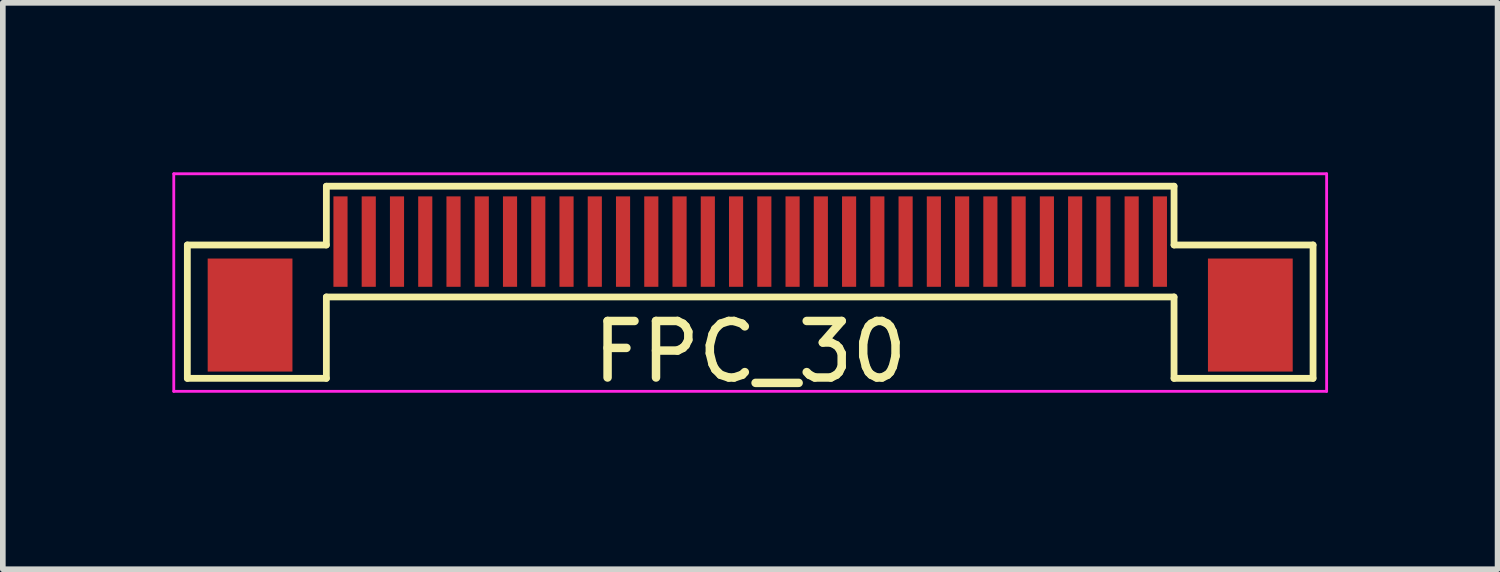
<source format=kicad_pcb>
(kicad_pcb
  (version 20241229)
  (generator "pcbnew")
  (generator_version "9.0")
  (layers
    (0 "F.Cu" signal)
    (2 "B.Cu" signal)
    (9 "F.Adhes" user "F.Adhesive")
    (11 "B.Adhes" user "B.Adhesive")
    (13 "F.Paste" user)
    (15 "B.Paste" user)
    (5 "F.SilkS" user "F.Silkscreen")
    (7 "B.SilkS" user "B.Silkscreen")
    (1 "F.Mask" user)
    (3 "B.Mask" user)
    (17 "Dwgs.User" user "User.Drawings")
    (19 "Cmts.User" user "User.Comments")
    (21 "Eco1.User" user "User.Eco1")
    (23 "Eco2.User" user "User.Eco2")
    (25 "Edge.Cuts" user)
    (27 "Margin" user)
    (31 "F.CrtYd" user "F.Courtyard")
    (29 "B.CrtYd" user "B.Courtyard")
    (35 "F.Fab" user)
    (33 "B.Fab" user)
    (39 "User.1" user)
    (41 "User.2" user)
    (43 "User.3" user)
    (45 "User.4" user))
  (footprint "FPC_30"
    (layer "F.Cu")
    (at 10.225 1.225)
    (property "Reference" "FPC_30" (at 0 1.95 0) (layer "F.SilkS") (effects (font (size 1 1) (thickness 0.15))))
    (attr through_hole)
    (fp_line (start -9.96 0.06) (end -7.5 0.06) (stroke (width 0.12) (type solid)) (layer "F.SilkS"))
    (fp_line (start -9.96 2.42) (end -9.96 0.06) (stroke (width 0.12) (type solid)) (layer "F.SilkS"))
    (fp_line (start -7.5 -0.98) (end 7.5 -0.98) (stroke (width 0.12) (type solid)) (layer "F.SilkS"))
    (fp_line (start -7.5 0.06) (end -7.5 -0.98) (stroke (width 0.12) (type solid)) (layer "F.SilkS"))
    (fp_line (start -7.5 0.98) (end -7.5 2.42) (stroke (width 0.12) (type solid)) (layer "F.SilkS"))
    (fp_line (start -7.5 0.98) (end 7.5 0.98) (stroke (width 0.12) (type solid)) (layer "F.SilkS"))
    (fp_line (start -7.5 2.42) (end -9.96 2.42) (stroke (width 0.12) (type solid)) (layer "F.SilkS"))
    (fp_line (start 7.5 0.06) (end 7.5 -0.98) (stroke (width 0.12) (type solid)) (layer "F.SilkS"))
    (fp_line (start 7.5 0.98) (end 7.5 2.42) (stroke (width 0.12) (type solid)) (layer "F.SilkS"))
    (fp_line (start 7.5 2.42) (end 9.96 2.42) (stroke (width 0.12) (type solid)) (layer "F.SilkS"))
    (fp_line (start 9.96 0.06) (end 7.5 0.06) (stroke (width 0.12) (type solid)) (layer "F.SilkS"))
    (fp_line (start 9.96 2.42) (end 9.96 0.06) (stroke (width 0.12) (type solid)) (layer "F.SilkS"))
    (fp_line (start -10.2 -1.2) (end -10.2 2.65) (stroke (width 0.05) (type solid)) (layer "F.CrtYd"))
    (fp_line (start -10.2 -1.2) (end 10.2 -1.2) (stroke (width 0.05) (type solid)) (layer "F.CrtYd"))
    (fp_line (start -10.2 2.65) (end 10.2 2.65) (stroke (width 0.05) (type solid)) (layer "F.CrtYd"))
    (fp_line (start 10.2 -1.2) (end 10.2 2.65) (stroke (width 0.05) (type solid)) (layer "F.CrtYd"))
    (pad "1" smd rect (at -7.25 0) (size 0.25 1.6) (layers "F.Cu" "F.Mask" "F.Paste"))
    (pad "2" smd rect (at -6.75 0) (size 0.25 1.6) (layers "F.Cu" "F.Mask" "F.Paste"))
    (pad "3" smd rect (at -6.25 0) (size 0.25 1.6) (layers "F.Cu" "F.Mask" "F.Paste"))
    (pad "4" smd rect (at -5.75 0) (size 0.25 1.6) (layers "F.Cu" "F.Mask" "F.Paste"))
    (pad "5" smd rect (at -5.25 0) (size 0.25 1.6) (layers "F.Cu" "F.Mask" "F.Paste"))
    (pad "6" smd rect (at -4.75 0) (size 0.25 1.6) (layers "F.Cu" "F.Mask" "F.Paste"))
    (pad "7" smd rect (at -4.25 0) (size 0.25 1.6) (layers "F.Cu" "F.Mask" "F.Paste"))
    (pad "8" smd rect (at -3.75 0) (size 0.25 1.6) (layers "F.Cu" "F.Mask" "F.Paste"))
    (pad "9" smd rect (at -3.25 0) (size 0.25 1.6) (layers "F.Cu" "F.Mask" "F.Paste"))
    (pad "10" smd rect (at -2.75 0) (size 0.25 1.6) (layers "F.Cu" "F.Mask" "F.Paste"))
    (pad "11" smd rect (at -2.25 0) (size 0.25 1.6) (layers "F.Cu" "F.Mask" "F.Paste"))
    (pad "12" smd rect (at -1.75 0) (size 0.25 1.6) (layers "F.Cu" "F.Mask" "F.Paste"))
    (pad "13" smd rect (at -1.25 0) (size 0.25 1.6) (layers "F.Cu" "F.Mask" "F.Paste"))
    (pad "14" smd rect (at -0.75 0) (size 0.25 1.6) (layers "F.Cu" "F.Mask" "F.Paste"))
    (pad "15" smd rect (at -0.25 0) (size 0.25 1.6) (layers "F.Cu" "F.Mask" "F.Paste"))
    (pad "16" smd rect (at 0.25 0) (size 0.25 1.6) (layers "F.Cu" "F.Mask" "F.Paste"))
    (pad "17" smd rect (at 0.75 0) (size 0.25 1.6) (layers "F.Cu" "F.Mask" "F.Paste"))
    (pad "18" smd rect (at 1.25 0) (size 0.25 1.6) (layers "F.Cu" "F.Mask" "F.Paste"))
    (pad "19" smd rect (at 1.75 0) (size 0.25 1.6) (layers "F.Cu" "F.Mask" "F.Paste"))
    (pad "20" smd rect (at 2.25 0) (size 0.25 1.6) (layers "F.Cu" "F.Mask" "F.Paste"))
    (pad "21" smd rect (at 2.75 0) (size 0.25 1.6) (layers "F.Cu" "F.Mask" "F.Paste"))
    (pad "22" smd rect (at 3.25 0) (size 0.25 1.6) (layers "F.Cu" "F.Mask" "F.Paste"))
    (pad "23" smd rect (at 3.75 0) (size 0.25 1.6) (layers "F.Cu" "F.Mask" "F.Paste"))
    (pad "24" smd rect (at 4.25 0) (size 0.25 1.6) (layers "F.Cu" "F.Mask" "F.Paste"))
    (pad "25" smd rect (at 4.75 0) (size 0.25 1.6) (layers "F.Cu" "F.Mask" "F.Paste"))
    (pad "26" smd rect (at 5.25 0) (size 0.25 1.6) (layers "F.Cu" "F.Mask" "F.Paste"))
    (pad "27" smd rect (at 5.75 0) (size 0.25 1.6) (layers "F.Cu" "F.Mask" "F.Paste"))
    (pad "28" smd rect (at 6.25 0) (size 0.25 1.6) (layers "F.Cu" "F.Mask" "F.Paste"))
    (pad "29" smd rect (at 6.75 0) (size 0.25 1.6) (layers "F.Cu" "F.Mask" "F.Paste"))
    (pad "30" smd rect (at 7.25 0) (size 0.25 1.6) (layers "F.Cu" "F.Mask" "F.Paste"))
    (pad "MP" smd rect (at -8.85 1.3) (size 1.5 2) (layers "F.Cu" "F.Mask" "F.Paste"))
    (pad "MP" smd rect (at 8.85 1.3) (size 1.5 2) (layers "F.Cu" "F.Mask" "F.Paste")))
  (gr_rect
    (start -3 -3)
    (end 23.45 7.023)
    (stroke (width 0.1) (type default))
    (fill no)
    (layer "Edge.Cuts")))
</source>
